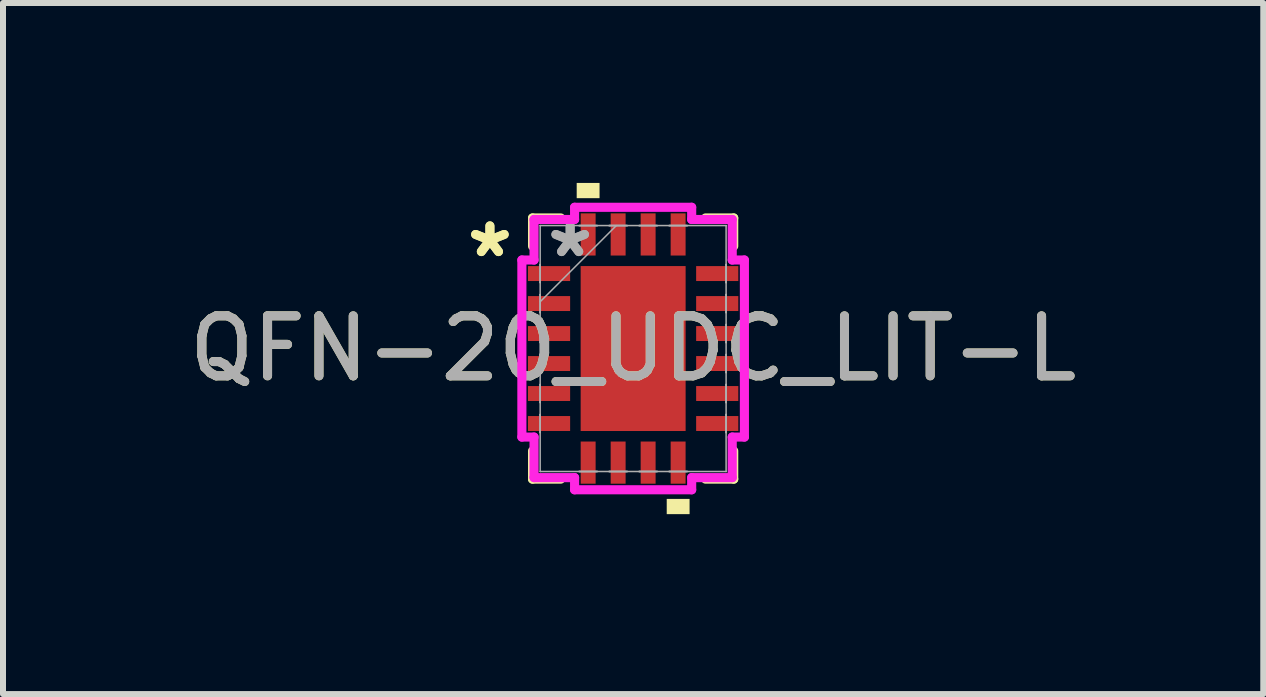
<source format=kicad_pcb>
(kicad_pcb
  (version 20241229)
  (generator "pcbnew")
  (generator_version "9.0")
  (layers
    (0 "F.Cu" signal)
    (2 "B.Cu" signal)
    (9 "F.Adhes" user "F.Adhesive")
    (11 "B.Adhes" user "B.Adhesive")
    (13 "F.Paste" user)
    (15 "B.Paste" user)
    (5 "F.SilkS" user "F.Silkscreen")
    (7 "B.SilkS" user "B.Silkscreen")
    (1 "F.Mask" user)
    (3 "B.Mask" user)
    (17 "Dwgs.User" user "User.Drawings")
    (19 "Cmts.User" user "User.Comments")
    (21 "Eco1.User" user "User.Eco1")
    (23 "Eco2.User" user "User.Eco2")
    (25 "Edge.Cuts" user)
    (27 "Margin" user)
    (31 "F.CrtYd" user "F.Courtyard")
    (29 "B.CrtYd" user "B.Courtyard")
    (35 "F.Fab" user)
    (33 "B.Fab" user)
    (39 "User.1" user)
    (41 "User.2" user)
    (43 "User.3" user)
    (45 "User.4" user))
  (footprint "QFN-20_UDC_LIT-L"
    (layer "F.Cu")
    (at 7.506 2.761)
    (property "Reference" "QFN-20_UDC_LIT-L" (at 0 0 0) (unlocked yes) (layer "F.SilkS") (effects (font (size 1 1) (thickness 0.15))))
    (attr smd)
    (fp_line (start -1.677 -2.177) (end -1.677 -1.707) (stroke (width 0.152) (type solid)) (layer "F.SilkS"))
    (fp_line (start -1.677 1.707) (end -1.677 2.177) (stroke (width 0.152) (type solid)) (layer "F.SilkS"))
    (fp_line (start -1.677 2.177) (end -1.207 2.177) (stroke (width 0.152) (type solid)) (layer "F.SilkS"))
    (fp_line (start -1.207 -2.177) (end -1.677 -2.177) (stroke (width 0.152) (type solid)) (layer "F.SilkS"))
    (fp_line (start 1.207 2.177) (end 1.677 2.177) (stroke (width 0.152) (type solid)) (layer "F.SilkS"))
    (fp_line (start 1.677 -2.177) (end 1.207 -2.177) (stroke (width 0.152) (type solid)) (layer "F.SilkS"))
    (fp_line (start 1.677 -1.707) (end 1.677 -2.177) (stroke (width 0.152) (type solid)) (layer "F.SilkS"))
    (fp_line (start 1.677 2.177) (end 1.677 1.707) (stroke (width 0.152) (type solid)) (layer "F.SilkS"))
    (fp_poly (pts (xy -0.941 -2.507) (xy -0.941 -2.761) (xy -0.56 -2.761) (xy -0.56 -2.507)) (stroke (width 0) (type solid)) (fill yes) (layer "F.SilkS"))
    (fp_poly (pts (xy 0.56 2.507) (xy 0.56 2.761) (xy 0.941 2.761) (xy 0.941 2.507)) (stroke (width 0) (type solid)) (fill yes) (layer "F.SilkS"))
    (fp_poly (pts (xy -0.775 -1.275) (xy -0.775 -0.1) (xy 0.775 -0.1) (xy 0.775 -1.275)) (stroke (width 0) (type solid)) (fill yes) (layer "F.Paste"))
    (fp_poly (pts (xy -0.775 0.1) (xy -0.775 1.275) (xy 0.775 1.275) (xy 0.775 0.1)) (stroke (width 0) (type solid)) (fill yes) (layer "F.Paste"))
    (fp_line (start -1.855 -1.476) (end -1.652 -1.476) (stroke (width 0.152) (type solid)) (layer "F.CrtYd"))
    (fp_line (start -1.855 1.476) (end -1.855 -1.476) (stroke (width 0.152) (type solid)) (layer "F.CrtYd"))
    (fp_line (start -1.652 -2.152) (end -0.976 -2.152) (stroke (width 0.152) (type solid)) (layer "F.CrtYd"))
    (fp_line (start -1.652 -1.476) (end -1.652 -2.152) (stroke (width 0.152) (type solid)) (layer "F.CrtYd"))
    (fp_line (start -1.652 1.476) (end -1.855 1.476) (stroke (width 0.152) (type solid)) (layer "F.CrtYd"))
    (fp_line (start -1.652 2.152) (end -1.652 1.476) (stroke (width 0.152) (type solid)) (layer "F.CrtYd"))
    (fp_line (start -0.976 -2.355) (end 0.976 -2.355) (stroke (width 0.152) (type solid)) (layer "F.CrtYd"))
    (fp_line (start -0.976 -2.152) (end -0.976 -2.355) (stroke (width 0.152) (type solid)) (layer "F.CrtYd"))
    (fp_line (start -0.976 2.152) (end -1.652 2.152) (stroke (width 0.152) (type solid)) (layer "F.CrtYd"))
    (fp_line (start -0.976 2.355) (end -0.976 2.152) (stroke (width 0.152) (type solid)) (layer "F.CrtYd"))
    (fp_line (start 0.976 -2.355) (end 0.976 -2.152) (stroke (width 0.152) (type solid)) (layer "F.CrtYd"))
    (fp_line (start 0.976 -2.152) (end 1.652 -2.152) (stroke (width 0.152) (type solid)) (layer "F.CrtYd"))
    (fp_line (start 0.976 2.152) (end 0.976 2.355) (stroke (width 0.152) (type solid)) (layer "F.CrtYd"))
    (fp_line (start 0.976 2.355) (end -0.976 2.355) (stroke (width 0.152) (type solid)) (layer "F.CrtYd"))
    (fp_line (start 1.652 -2.152) (end 1.652 -1.476) (stroke (width 0.152) (type solid)) (layer "F.CrtYd"))
    (fp_line (start 1.652 -1.476) (end 1.855 -1.476) (stroke (width 0.152) (type solid)) (layer "F.CrtYd"))
    (fp_line (start 1.652 1.476) (end 1.652 2.152) (stroke (width 0.152) (type solid)) (layer "F.CrtYd"))
    (fp_line (start 1.652 2.152) (end 0.976 2.152) (stroke (width 0.152) (type solid)) (layer "F.CrtYd"))
    (fp_line (start 1.855 -1.476) (end 1.855 1.476) (stroke (width 0.152) (type solid)) (layer "F.CrtYd"))
    (fp_line (start 1.855 1.476) (end 1.652 1.476) (stroke (width 0.152) (type solid)) (layer "F.CrtYd"))
    (fp_line (start -1.55 -2.05) (end -1.55 -2.05) (stroke (width 0.025) (type solid)) (layer "F.Fab"))
    (fp_line (start -1.55 -2.05) (end -1.55 2.05) (stroke (width 0.025) (type solid)) (layer "F.Fab"))
    (fp_line (start -1.55 -1.4) (end -1.55 -1.4) (stroke (width 0.025) (type solid)) (layer "F.Fab"))
    (fp_line (start -1.55 -1.4) (end -1.55 -1.1) (stroke (width 0.025) (type solid)) (layer "F.Fab"))
    (fp_line (start -1.55 -1.1) (end -1.55 -1.4) (stroke (width 0.025) (type solid)) (layer "F.Fab"))
    (fp_line (start -1.55 -1.1) (end -1.55 -1.1) (stroke (width 0.025) (type solid)) (layer "F.Fab"))
    (fp_line (start -1.55 -0.9) (end -1.55 -0.9) (stroke (width 0.025) (type solid)) (layer "F.Fab"))
    (fp_line (start -1.55 -0.9) (end -1.55 -0.6) (stroke (width 0.025) (type solid)) (layer "F.Fab"))
    (fp_line (start -1.55 -0.78) (end -0.28 -2.05) (stroke (width 0.025) (type solid)) (layer "F.Fab"))
    (fp_line (start -1.55 -0.6) (end -1.55 -0.9) (stroke (width 0.025) (type solid)) (layer "F.Fab"))
    (fp_line (start -1.55 -0.6) (end -1.55 -0.6) (stroke (width 0.025) (type solid)) (layer "F.Fab"))
    (fp_line (start -1.55 -0.4) (end -1.55 -0.4) (stroke (width 0.025) (type solid)) (layer "F.Fab"))
    (fp_line (start -1.55 -0.4) (end -1.55 -0.1) (stroke (width 0.025) (type solid)) (layer "F.Fab"))
    (fp_line (start -1.55 -0.1) (end -1.55 -0.4) (stroke (width 0.025) (type solid)) (layer "F.Fab"))
    (fp_line (start -1.55 -0.1) (end -1.55 -0.1) (stroke (width 0.025) (type solid)) (layer "F.Fab"))
    (fp_line (start -1.55 0.1) (end -1.55 0.1) (stroke (width 0.025) (type solid)) (layer "F.Fab"))
    (fp_line (start -1.55 0.1) (end -1.55 0.4) (stroke (width 0.025) (type solid)) (layer "F.Fab"))
    (fp_line (start -1.55 0.4) (end -1.55 0.1) (stroke (width 0.025) (type solid)) (layer "F.Fab"))
    (fp_line (start -1.55 0.4) (end -1.55 0.4) (stroke (width 0.025) (type solid)) (layer "F.Fab"))
    (fp_line (start -1.55 0.6) (end -1.55 0.6) (stroke (width 0.025) (type solid)) (layer "F.Fab"))
    (fp_line (start -1.55 0.6) (end -1.55 0.9) (stroke (width 0.025) (type solid)) (layer "F.Fab"))
    (fp_line (start -1.55 0.9) (end -1.55 0.6) (stroke (width 0.025) (type solid)) (layer "F.Fab"))
    (fp_line (start -1.55 0.9) (end -1.55 0.9) (stroke (width 0.025) (type solid)) (layer "F.Fab"))
    (fp_line (start -1.55 1.1) (end -1.55 1.1) (stroke (width 0.025) (type solid)) (layer "F.Fab"))
    (fp_line (start -1.55 1.1) (end -1.55 1.4) (stroke (width 0.025) (type solid)) (layer "F.Fab"))
    (fp_line (start -1.55 1.4) (end -1.55 1.1) (stroke (width 0.025) (type solid)) (layer "F.Fab"))
    (fp_line (start -1.55 1.4) (end -1.55 1.4) (stroke (width 0.025) (type solid)) (layer "F.Fab"))
    (fp_line (start -1.55 2.05) (end -1.55 2.05) (stroke (width 0.025) (type solid)) (layer "F.Fab"))
    (fp_line (start -1.55 2.05) (end 1.55 2.05) (stroke (width 0.025) (type solid)) (layer "F.Fab"))
    (fp_line (start -0.9 -2.05) (end -0.9 -2.05) (stroke (width 0.025) (type solid)) (layer "F.Fab"))
    (fp_line (start -0.9 -2.05) (end -0.6 -2.05) (stroke (width 0.025) (type solid)) (layer "F.Fab"))
    (fp_line (start -0.9 2.05) (end -0.9 2.05) (stroke (width 0.025) (type solid)) (layer "F.Fab"))
    (fp_line (start -0.9 2.05) (end -0.6 2.05) (stroke (width 0.025) (type solid)) (layer "F.Fab"))
    (fp_line (start -0.6 -2.05) (end -0.9 -2.05) (stroke (width 0.025) (type solid)) (layer "F.Fab"))
    (fp_line (start -0.6 -2.05) (end -0.6 -2.05) (stroke (width 0.025) (type solid)) (layer "F.Fab"))
    (fp_line (start -0.6 2.05) (end -0.9 2.05) (stroke (width 0.025) (type solid)) (layer "F.Fab"))
    (fp_line (start -0.6 2.05) (end -0.6 2.05) (stroke (width 0.025) (type solid)) (layer "F.Fab"))
    (fp_line (start -0.4 -2.05) (end -0.4 -2.05) (stroke (width 0.025) (type solid)) (layer "F.Fab"))
    (fp_line (start -0.4 -2.05) (end -0.1 -2.05) (stroke (width 0.025) (type solid)) (layer "F.Fab"))
    (fp_line (start -0.4 2.05) (end -0.4 2.05) (stroke (width 0.025) (type solid)) (layer "F.Fab"))
    (fp_line (start -0.4 2.05) (end -0.1 2.05) (stroke (width 0.025) (type solid)) (layer "F.Fab"))
    (fp_line (start -0.1 -2.05) (end -0.4 -2.05) (stroke (width 0.025) (type solid)) (layer "F.Fab"))
    (fp_line (start -0.1 -2.05) (end -0.1 -2.05) (stroke (width 0.025) (type solid)) (layer "F.Fab"))
    (fp_line (start -0.1 2.05) (end -0.4 2.05) (stroke (width 0.025) (type solid)) (layer "F.Fab"))
    (fp_line (start -0.1 2.05) (end -0.1 2.05) (stroke (width 0.025) (type solid)) (layer "F.Fab"))
    (fp_line (start 0.1 -2.05) (end 0.1 -2.05) (stroke (width 0.025) (type solid)) (layer "F.Fab"))
    (fp_line (start 0.1 -2.05) (end 0.4 -2.05) (stroke (width 0.025) (type solid)) (layer "F.Fab"))
    (fp_line (start 0.1 2.05) (end 0.1 2.05) (stroke (width 0.025) (type solid)) (layer "F.Fab"))
    (fp_line (start 0.1 2.05) (end 0.4 2.05) (stroke (width 0.025) (type solid)) (layer "F.Fab"))
    (fp_line (start 0.4 -2.05) (end 0.1 -2.05) (stroke (width 0.025) (type solid)) (layer "F.Fab"))
    (fp_line (start 0.4 -2.05) (end 0.4 -2.05) (stroke (width 0.025) (type solid)) (layer "F.Fab"))
    (fp_line (start 0.4 2.05) (end 0.1 2.05) (stroke (width 0.025) (type solid)) (layer "F.Fab"))
    (fp_line (start 0.4 2.05) (end 0.4 2.05) (stroke (width 0.025) (type solid)) (layer "F.Fab"))
    (fp_line (start 0.6 -2.05) (end 0.6 -2.05) (stroke (width 0.025) (type solid)) (layer "F.Fab"))
    (fp_line (start 0.6 -2.05) (end 0.9 -2.05) (stroke (width 0.025) (type solid)) (layer "F.Fab"))
    (fp_line (start 0.6 2.05) (end 0.6 2.05) (stroke (width 0.025) (type solid)) (layer "F.Fab"))
    (fp_line (start 0.6 2.05) (end 0.9 2.05) (stroke (width 0.025) (type solid)) (layer "F.Fab"))
    (fp_line (start 0.9 -2.05) (end 0.6 -2.05) (stroke (width 0.025) (type solid)) (layer "F.Fab"))
    (fp_line (start 0.9 -2.05) (end 0.9 -2.05) (stroke (width 0.025) (type solid)) (layer "F.Fab"))
    (fp_line (start 0.9 2.05) (end 0.6 2.05) (stroke (width 0.025) (type solid)) (layer "F.Fab"))
    (fp_line (start 0.9 2.05) (end 0.9 2.05) (stroke (width 0.025) (type solid)) (layer "F.Fab"))
    (fp_line (start 1.55 -2.05) (end -1.55 -2.05) (stroke (width 0.025) (type solid)) (layer "F.Fab"))
    (fp_line (start 1.55 -2.05) (end 1.55 -2.05) (stroke (width 0.025) (type solid)) (layer "F.Fab"))
    (fp_line (start 1.55 -1.4) (end 1.55 -1.4) (stroke (width 0.025) (type solid)) (layer "F.Fab"))
    (fp_line (start 1.55 -1.4) (end 1.55 -1.1) (stroke (width 0.025) (type solid)) (layer "F.Fab"))
    (fp_line (start 1.55 -1.1) (end 1.55 -1.4) (stroke (width 0.025) (type solid)) (layer "F.Fab"))
    (fp_line (start 1.55 -1.1) (end 1.55 -1.1) (stroke (width 0.025) (type solid)) (layer "F.Fab"))
    (fp_line (start 1.55 -0.9) (end 1.55 -0.9) (stroke (width 0.025) (type solid)) (layer "F.Fab"))
    (fp_line (start 1.55 -0.9) (end 1.55 -0.6) (stroke (width 0.025) (type solid)) (layer "F.Fab"))
    (fp_line (start 1.55 -0.6) (end 1.55 -0.9) (stroke (width 0.025) (type solid)) (layer "F.Fab"))
    (fp_line (start 1.55 -0.6) (end 1.55 -0.6) (stroke (width 0.025) (type solid)) (layer "F.Fab"))
    (fp_line (start 1.55 -0.4) (end 1.55 -0.4) (stroke (width 0.025) (type solid)) (layer "F.Fab"))
    (fp_line (start 1.55 -0.4) (end 1.55 -0.1) (stroke (width 0.025) (type solid)) (layer "F.Fab"))
    (fp_line (start 1.55 -0.1) (end 1.55 -0.4) (stroke (width 0.025) (type solid)) (layer "F.Fab"))
    (fp_line (start 1.55 -0.1) (end 1.55 -0.1) (stroke (width 0.025) (type solid)) (layer "F.Fab"))
    (fp_line (start 1.55 0.1) (end 1.55 0.1) (stroke (width 0.025) (type solid)) (layer "F.Fab"))
    (fp_line (start 1.55 0.1) (end 1.55 0.4) (stroke (width 0.025) (type solid)) (layer "F.Fab"))
    (fp_line (start 1.55 0.4) (end 1.55 0.1) (stroke (width 0.025) (type solid)) (layer "F.Fab"))
    (fp_line (start 1.55 0.4) (end 1.55 0.4) (stroke (width 0.025) (type solid)) (layer "F.Fab"))
    (fp_line (start 1.55 0.6) (end 1.55 0.6) (stroke (width 0.025) (type solid)) (layer "F.Fab"))
    (fp_line (start 1.55 0.6) (end 1.55 0.9) (stroke (width 0.025) (type solid)) (layer "F.Fab"))
    (fp_line (start 1.55 0.9) (end 1.55 0.6) (stroke (width 0.025) (type solid)) (layer "F.Fab"))
    (fp_line (start 1.55 0.9) (end 1.55 0.9) (stroke (width 0.025) (type solid)) (layer "F.Fab"))
    (fp_line (start 1.55 1.1) (end 1.55 1.1) (stroke (width 0.025) (type solid)) (layer "F.Fab"))
    (fp_line (start 1.55 1.1) (end 1.55 1.4) (stroke (width 0.025) (type solid)) (layer "F.Fab"))
    (fp_line (start 1.55 1.4) (end 1.55 1.1) (stroke (width 0.025) (type solid)) (layer "F.Fab"))
    (fp_line (start 1.55 1.4) (end 1.55 1.4) (stroke (width 0.025) (type solid)) (layer "F.Fab"))
    (fp_line (start 1.55 2.05) (end 1.55 -2.05) (stroke (width 0.025) (type solid)) (layer "F.Fab"))
    (fp_line (start 1.55 2.05) (end 1.55 2.05) (stroke (width 0.025) (type solid)) (layer "F.Fab"))
    (fp_text user "*" (at -2.388 -1.5 0) (layer "F.SilkS") (effects (font (size 1 1) (thickness 0.15))))
    (fp_text user "*" (at -2.388 -1.5 0) (unlocked yes) (layer "F.SilkS") (effects (font (size 1 1) (thickness 0.15))))
    (fp_text user "*" (at -1.05 -1.5 0) (layer "F.Fab") (effects (font (size 1 1) (thickness 0.15))))
    (fp_text user "${REFERENCE}" (at 0 0 0) (unlocked yes) (layer "F.Fab") (effects (font (size 1 1) (thickness 0.15))))
    (fp_text user "*" (at -1.05 -1.5 0) (unlocked yes) (layer "F.Fab") (effects (font (size 1 1) (thickness 0.15))))
    (pad "1" smd rect (at -1.402 -1.25 90) (size 0.249 0.703) (layers "F.Cu" "F.Mask" "F.Paste"))
    (pad "2" smd rect (at -1.402 -0.75 90) (size 0.249 0.703) (layers "F.Cu" "F.Mask" "F.Paste"))
    (pad "3" smd rect (at -1.402 -0.25 90) (size 0.249 0.703) (layers "F.Cu" "F.Mask" "F.Paste"))
    (pad "4" smd rect (at -1.402 0.25 90) (size 0.249 0.703) (layers "F.Cu" "F.Mask" "F.Paste"))
    (pad "5" smd rect (at -1.402 0.75 90) (size 0.249 0.703) (layers "F.Cu" "F.Mask" "F.Paste"))
    (pad "6" smd rect (at -1.402 1.25 90) (size 0.249 0.703) (layers "F.Cu" "F.Mask" "F.Paste"))
    (pad "7" smd rect (at -0.75 1.902) (size 0.249 0.703) (layers "F.Cu" "F.Mask" "F.Paste"))
    (pad "8" smd rect (at -0.25 1.902) (size 0.249 0.703) (layers "F.Cu" "F.Mask" "F.Paste"))
    (pad "9" smd rect (at 0.25 1.902) (size 0.249 0.703) (layers "F.Cu" "F.Mask" "F.Paste"))
    (pad "10" smd rect (at 0.75 1.902) (size 0.249 0.703) (layers "F.Cu" "F.Mask" "F.Paste"))
    (pad "11" smd rect (at 1.402 1.25 90) (size 0.249 0.703) (layers "F.Cu" "F.Mask" "F.Paste"))
    (pad "12" smd rect (at 1.402 0.75 90) (size 0.249 0.703) (layers "F.Cu" "F.Mask" "F.Paste"))
    (pad "13" smd rect (at 1.402 0.25 90) (size 0.249 0.703) (layers "F.Cu" "F.Mask" "F.Paste"))
    (pad "14" smd rect (at 1.402 -0.25 90) (size 0.249 0.703) (layers "F.Cu" "F.Mask" "F.Paste"))
    (pad "15" smd rect (at 1.402 -0.75 90) (size 0.249 0.703) (layers "F.Cu" "F.Mask" "F.Paste"))
    (pad "16" smd rect (at 1.402 -1.25 90) (size 0.249 0.703) (layers "F.Cu" "F.Mask" "F.Paste"))
    (pad "17" smd rect (at 0.75 -1.902) (size 0.249 0.703) (layers "F.Cu" "F.Mask" "F.Paste"))
    (pad "18" smd rect (at 0.25 -1.902) (size 0.249 0.703) (layers "F.Cu" "F.Mask" "F.Paste"))
    (pad "19" smd rect (at -0.25 -1.902) (size 0.249 0.703) (layers "F.Cu" "F.Mask" "F.Paste"))
    (pad "20" smd rect (at -0.75 -1.902) (size 0.249 0.703) (layers "F.Cu" "F.Mask" "F.Paste"))
    (pad "21" smd rect (at 0 0) (size 1.75 2.75) (layers "F.Cu" "F.Mask" "F.Paste")))
  (gr_rect
    (start -3 -3)
    (end 18.012 8.522)
    (stroke (width 0.1) (type default))
    (fill no)
    (layer "Edge.Cuts")))
</source>
